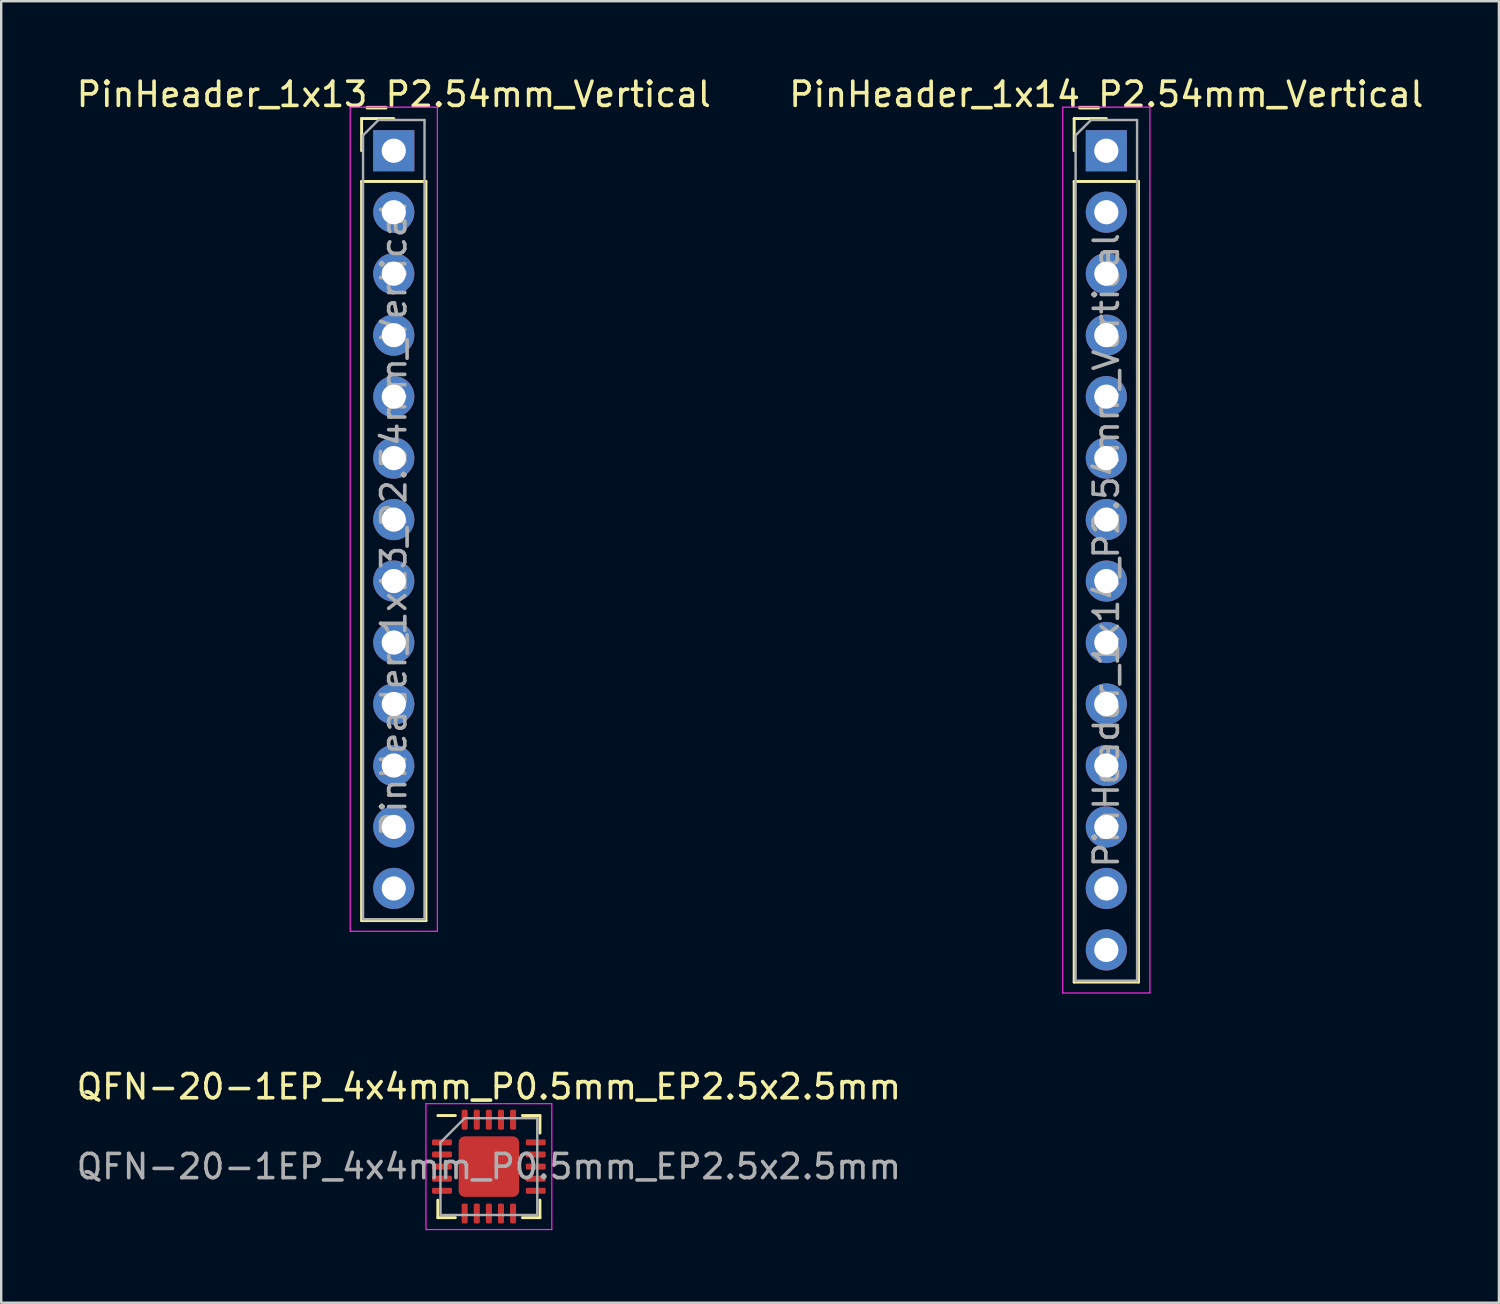
<source format=kicad_pcb>
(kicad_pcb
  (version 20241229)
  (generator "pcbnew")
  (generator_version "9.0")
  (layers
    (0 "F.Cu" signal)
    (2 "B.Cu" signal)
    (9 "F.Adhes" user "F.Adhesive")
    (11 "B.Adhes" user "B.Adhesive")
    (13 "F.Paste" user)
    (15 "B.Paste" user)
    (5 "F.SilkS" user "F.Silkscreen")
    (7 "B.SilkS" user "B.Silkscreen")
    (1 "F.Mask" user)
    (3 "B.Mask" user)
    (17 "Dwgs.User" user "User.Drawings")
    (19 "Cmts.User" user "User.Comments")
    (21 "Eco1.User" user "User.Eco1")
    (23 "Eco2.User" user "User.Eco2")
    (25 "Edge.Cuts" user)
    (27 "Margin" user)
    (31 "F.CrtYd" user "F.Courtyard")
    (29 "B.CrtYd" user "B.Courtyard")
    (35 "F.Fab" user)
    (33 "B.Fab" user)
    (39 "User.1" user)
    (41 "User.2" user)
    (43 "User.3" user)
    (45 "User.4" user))
  (footprint "QFN-20-1EP_4x4mm_P0.5mm_EP2.5x2.5mm"
    (layer "F.Cu")
    (at 17.149 45.151)
    (property "Reference" "QFN-20-1EP_4x4mm_P0.5mm_EP2.5x2.5mm" (at 0 -3.3 0) (layer "F.SilkS") (effects (font (size 1 1) (thickness 0.15))))
    (attr smd)
    (fp_line (start -2.11 2.11) (end -2.11 1.385) (stroke (width 0.12) (type solid)) (layer "F.SilkS"))
    (fp_line (start -1.385 -2.11) (end -2.11 -2.11) (stroke (width 0.12) (type solid)) (layer "F.SilkS"))
    (fp_line (start -1.385 2.11) (end -2.11 2.11) (stroke (width 0.12) (type solid)) (layer "F.SilkS"))
    (fp_line (start 1.385 -2.11) (end 2.11 -2.11) (stroke (width 0.12) (type solid)) (layer "F.SilkS"))
    (fp_line (start 1.385 2.11) (end 2.11 2.11) (stroke (width 0.12) (type solid)) (layer "F.SilkS"))
    (fp_line (start 2.11 -2.11) (end 2.11 -1.385) (stroke (width 0.12) (type solid)) (layer "F.SilkS"))
    (fp_line (start 2.11 2.11) (end 2.11 1.385) (stroke (width 0.12) (type solid)) (layer "F.SilkS"))
    (fp_line (start -2.6 -2.6) (end -2.6 2.6) (stroke (width 0.05) (type solid)) (layer "F.CrtYd"))
    (fp_line (start -2.6 2.6) (end 2.6 2.6) (stroke (width 0.05) (type solid)) (layer "F.CrtYd"))
    (fp_line (start 2.6 -2.6) (end -2.6 -2.6) (stroke (width 0.05) (type solid)) (layer "F.CrtYd"))
    (fp_line (start 2.6 2.6) (end 2.6 -2.6) (stroke (width 0.05) (type solid)) (layer "F.CrtYd"))
    (fp_line (start -2 -1) (end -1 -2) (stroke (width 0.1) (type solid)) (layer "F.Fab"))
    (fp_line (start -2 2) (end -2 -1) (stroke (width 0.1) (type solid)) (layer "F.Fab"))
    (fp_line (start -1 -2) (end 2 -2) (stroke (width 0.1) (type solid)) (layer "F.Fab"))
    (fp_line (start 2 -2) (end 2 2) (stroke (width 0.1) (type solid)) (layer "F.Fab"))
    (fp_line (start 2 2) (end -2 2) (stroke (width 0.1) (type solid)) (layer "F.Fab"))
    (fp_text user "${REFERENCE}" (at 0 0 0) (layer "F.Fab") (effects (font (size 1 1) (thickness 0.15))))
    (pad "" smd roundrect (at -0.625 -0.625) (size 1.01 1.01) (layers "F.Paste") (roundrect_rratio 0.248))
    (pad "" smd roundrect (at -0.625 0.625) (size 1.01 1.01) (layers "F.Paste") (roundrect_rratio 0.248))
    (pad "" smd roundrect (at 0.625 -0.625) (size 1.01 1.01) (layers "F.Paste") (roundrect_rratio 0.248))
    (pad "" smd roundrect (at 0.625 0.625) (size 1.01 1.01) (layers "F.Paste") (roundrect_rratio 0.248))
    (pad "1" smd roundrect (at -1.938 -1) (size 0.825 0.25) (layers "F.Cu" "F.Mask" "F.Paste") (roundrect_rratio 0.25))
    (pad "2" smd roundrect (at -1.938 -0.5) (size 0.825 0.25) (layers "F.Cu" "F.Mask" "F.Paste") (roundrect_rratio 0.25))
    (pad "3" smd roundrect (at -1.938 0) (size 0.825 0.25) (layers "F.Cu" "F.Mask" "F.Paste") (roundrect_rratio 0.25))
    (pad "4" smd roundrect (at -1.938 0.5) (size 0.825 0.25) (layers "F.Cu" "F.Mask" "F.Paste") (roundrect_rratio 0.25))
    (pad "5" smd roundrect (at -1.938 1) (size 0.825 0.25) (layers "F.Cu" "F.Mask" "F.Paste") (roundrect_rratio 0.25))
    (pad "6" smd roundrect (at -1 1.938) (size 0.25 0.825) (layers "F.Cu" "F.Mask" "F.Paste") (roundrect_rratio 0.25))
    (pad "7" smd roundrect (at -0.5 1.938) (size 0.25 0.825) (layers "F.Cu" "F.Mask" "F.Paste") (roundrect_rratio 0.25))
    (pad "8" smd roundrect (at 0 1.938) (size 0.25 0.825) (layers "F.Cu" "F.Mask" "F.Paste") (roundrect_rratio 0.25))
    (pad "9" smd roundrect (at 0.5 1.938) (size 0.25 0.825) (layers "F.Cu" "F.Mask" "F.Paste") (roundrect_rratio 0.25))
    (pad "10" smd roundrect (at 1 1.938) (size 0.25 0.825) (layers "F.Cu" "F.Mask" "F.Paste") (roundrect_rratio 0.25))
    (pad "11" smd roundrect (at 1.938 1) (size 0.825 0.25) (layers "F.Cu" "F.Mask" "F.Paste") (roundrect_rratio 0.25))
    (pad "12" smd roundrect (at 1.938 0.5) (size 0.825 0.25) (layers "F.Cu" "F.Mask" "F.Paste") (roundrect_rratio 0.25))
    (pad "13" smd roundrect (at 1.938 0) (size 0.825 0.25) (layers "F.Cu" "F.Mask" "F.Paste") (roundrect_rratio 0.25))
    (pad "14" smd roundrect (at 1.938 -0.5) (size 0.825 0.25) (layers "F.Cu" "F.Mask" "F.Paste") (roundrect_rratio 0.25))
    (pad "15" smd roundrect (at 1.938 -1) (size 0.825 0.25) (layers "F.Cu" "F.Mask" "F.Paste") (roundrect_rratio 0.25))
    (pad "16" smd roundrect (at 1 -1.938) (size 0.25 0.825) (layers "F.Cu" "F.Mask" "F.Paste") (roundrect_rratio 0.25))
    (pad "17" smd roundrect (at 0.5 -1.938) (size 0.25 0.825) (layers "F.Cu" "F.Mask" "F.Paste") (roundrect_rratio 0.25))
    (pad "18" smd roundrect (at 0 -1.938) (size 0.25 0.825) (layers "F.Cu" "F.Mask" "F.Paste") (roundrect_rratio 0.25))
    (pad "19" smd roundrect (at -0.5 -1.938) (size 0.25 0.825) (layers "F.Cu" "F.Mask" "F.Paste") (roundrect_rratio 0.25))
    (pad "20" smd roundrect (at -1 -1.938) (size 0.25 0.825) (layers "F.Cu" "F.Mask" "F.Paste") (roundrect_rratio 0.25))
    (pad "21" smd roundrect (at 0 0) (size 2.5 2.5) (layers "F.Cu" "F.Mask") (roundrect_rratio 0.1)))
  (footprint "PinHeader_1x14_P2.54mm_Vertical"
    (layer "F.Cu")
    (at 42.661 3.178)
    (property "Reference" "PinHeader_1x14_P2.54mm_Vertical" (at 0 -2.33 0) (layer "F.SilkS") (effects (font (size 1 1) (thickness 0.15))))
    (attr through_hole)
    (fp_line (start -1.33 -1.33) (end 0 -1.33) (stroke (width 0.12) (type solid)) (layer "F.SilkS"))
    (fp_line (start -1.33 0) (end -1.33 -1.33) (stroke (width 0.12) (type solid)) (layer "F.SilkS"))
    (fp_line (start -1.33 1.27) (end -1.33 34.35) (stroke (width 0.12) (type solid)) (layer "F.SilkS"))
    (fp_line (start -1.33 1.27) (end 1.33 1.27) (stroke (width 0.12) (type solid)) (layer "F.SilkS"))
    (fp_line (start -1.33 34.35) (end 1.33 34.35) (stroke (width 0.12) (type solid)) (layer "F.SilkS"))
    (fp_line (start 1.33 1.27) (end 1.33 34.35) (stroke (width 0.12) (type solid)) (layer "F.SilkS"))
    (fp_line (start -1.8 -1.8) (end -1.8 34.8) (stroke (width 0.05) (type solid)) (layer "F.CrtYd"))
    (fp_line (start -1.8 34.8) (end 1.8 34.8) (stroke (width 0.05) (type solid)) (layer "F.CrtYd"))
    (fp_line (start 1.8 -1.8) (end -1.8 -1.8) (stroke (width 0.05) (type solid)) (layer "F.CrtYd"))
    (fp_line (start 1.8 34.8) (end 1.8 -1.8) (stroke (width 0.05) (type solid)) (layer "F.CrtYd"))
    (fp_line (start -1.27 -0.635) (end -0.635 -1.27) (stroke (width 0.1) (type solid)) (layer "F.Fab"))
    (fp_line (start -1.27 34.29) (end -1.27 -0.635) (stroke (width 0.1) (type solid)) (layer "F.Fab"))
    (fp_line (start -0.635 -1.27) (end 1.27 -1.27) (stroke (width 0.1) (type solid)) (layer "F.Fab"))
    (fp_line (start 1.27 -1.27) (end 1.27 34.29) (stroke (width 0.1) (type solid)) (layer "F.Fab"))
    (fp_line (start 1.27 34.29) (end -1.27 34.29) (stroke (width 0.1) (type solid)) (layer "F.Fab"))
    (fp_text user "${REFERENCE}" (at 0 16.51 90) (layer "F.Fab") (effects (font (size 1 1) (thickness 0.15))))
    (pad "1" thru_hole rect (at 0 0) (size 1.7 1.7) (drill 1) (layers "*.Cu" "*.Mask"))
    (pad "2" thru_hole oval (at 0 2.54) (size 1.7 1.7) (drill 1) (layers "*.Cu" "*.Mask"))
    (pad "3" thru_hole oval (at 0 5.08) (size 1.7 1.7) (drill 1) (layers "*.Cu" "*.Mask"))
    (pad "4" thru_hole oval (at 0 7.62) (size 1.7 1.7) (drill 1) (layers "*.Cu" "*.Mask"))
    (pad "5" thru_hole oval (at 0 10.16) (size 1.7 1.7) (drill 1) (layers "*.Cu" "*.Mask"))
    (pad "6" thru_hole oval (at 0 12.7) (size 1.7 1.7) (drill 1) (layers "*.Cu" "*.Mask"))
    (pad "7" thru_hole oval (at 0 15.24) (size 1.7 1.7) (drill 1) (layers "*.Cu" "*.Mask"))
    (pad "8" thru_hole oval (at 0 17.78) (size 1.7 1.7) (drill 1) (layers "*.Cu" "*.Mask"))
    (pad "9" thru_hole oval (at 0 20.32) (size 1.7 1.7) (drill 1) (layers "*.Cu" "*.Mask"))
    (pad "10" thru_hole oval (at 0 22.86) (size 1.7 1.7) (drill 1) (layers "*.Cu" "*.Mask"))
    (pad "11" thru_hole oval (at 0 25.4) (size 1.7 1.7) (drill 1) (layers "*.Cu" "*.Mask"))
    (pad "12" thru_hole oval (at 0 27.94) (size 1.7 1.7) (drill 1) (layers "*.Cu" "*.Mask"))
    (pad "13" thru_hole oval (at 0 30.48) (size 1.7 1.7) (drill 1) (layers "*.Cu" "*.Mask"))
    (pad "14" thru_hole oval (at 0 33.02) (size 1.7 1.7) (drill 1) (layers "*.Cu" "*.Mask")))
  (footprint "PinHeader_1x13_P2.54mm_Vertical"
    (layer "F.Cu")
    (at 13.22 3.178)
    (property "Reference" "PinHeader_1x13_P2.54mm_Vertical" (at 0 -2.33 0) (layer "F.SilkS") (effects (font (size 1 1) (thickness 0.15))))
    (attr through_hole)
    (fp_line (start -1.33 -1.33) (end 0 -1.33) (stroke (width 0.12) (type solid)) (layer "F.SilkS"))
    (fp_line (start -1.33 0) (end -1.33 -1.33) (stroke (width 0.12) (type solid)) (layer "F.SilkS"))
    (fp_line (start -1.33 1.27) (end -1.33 31.81) (stroke (width 0.12) (type solid)) (layer "F.SilkS"))
    (fp_line (start -1.33 1.27) (end 1.33 1.27) (stroke (width 0.12) (type solid)) (layer "F.SilkS"))
    (fp_line (start -1.33 31.81) (end 1.33 31.81) (stroke (width 0.12) (type solid)) (layer "F.SilkS"))
    (fp_line (start 1.33 1.27) (end 1.33 31.81) (stroke (width 0.12) (type solid)) (layer "F.SilkS"))
    (fp_line (start -1.8 -1.8) (end -1.8 32.25) (stroke (width 0.05) (type solid)) (layer "F.CrtYd"))
    (fp_line (start -1.8 32.25) (end 1.8 32.25) (stroke (width 0.05) (type solid)) (layer "F.CrtYd"))
    (fp_line (start 1.8 -1.8) (end -1.8 -1.8) (stroke (width 0.05) (type solid)) (layer "F.CrtYd"))
    (fp_line (start 1.8 32.25) (end 1.8 -1.8) (stroke (width 0.05) (type solid)) (layer "F.CrtYd"))
    (fp_line (start -1.27 -0.635) (end -0.635 -1.27) (stroke (width 0.1) (type solid)) (layer "F.Fab"))
    (fp_line (start -1.27 31.75) (end -1.27 -0.635) (stroke (width 0.1) (type solid)) (layer "F.Fab"))
    (fp_line (start -0.635 -1.27) (end 1.27 -1.27) (stroke (width 0.1) (type solid)) (layer "F.Fab"))
    (fp_line (start 1.27 -1.27) (end 1.27 31.75) (stroke (width 0.1) (type solid)) (layer "F.Fab"))
    (fp_line (start 1.27 31.75) (end -1.27 31.75) (stroke (width 0.1) (type solid)) (layer "F.Fab"))
    (fp_text user "${REFERENCE}" (at 0 15.24 90) (layer "F.Fab") (effects (font (size 1 1) (thickness 0.15))))
    (pad "1" thru_hole rect (at 0 0) (size 1.7 1.7) (drill 1) (layers "*.Cu" "*.Mask"))
    (pad "2" thru_hole oval (at 0 2.54) (size 1.7 1.7) (drill 1) (layers "*.Cu" "*.Mask"))
    (pad "3" thru_hole oval (at 0 5.08) (size 1.7 1.7) (drill 1) (layers "*.Cu" "*.Mask"))
    (pad "4" thru_hole oval (at 0 7.62) (size 1.7 1.7) (drill 1) (layers "*.Cu" "*.Mask"))
    (pad "5" thru_hole oval (at 0 10.16) (size 1.7 1.7) (drill 1) (layers "*.Cu" "*.Mask"))
    (pad "6" thru_hole oval (at 0 12.7) (size 1.7 1.7) (drill 1) (layers "*.Cu" "*.Mask"))
    (pad "7" thru_hole oval (at 0 15.24) (size 1.7 1.7) (drill 1) (layers "*.Cu" "*.Mask"))
    (pad "8" thru_hole oval (at 0 17.78) (size 1.7 1.7) (drill 1) (layers "*.Cu" "*.Mask"))
    (pad "9" thru_hole oval (at 0 20.32) (size 1.7 1.7) (drill 1) (layers "*.Cu" "*.Mask"))
    (pad "10" thru_hole oval (at 0 22.86) (size 1.7 1.7) (drill 1) (layers "*.Cu" "*.Mask"))
    (pad "11" thru_hole oval (at 0 25.4) (size 1.7 1.7) (drill 1) (layers "*.Cu" "*.Mask"))
    (pad "12" thru_hole oval (at 0 27.94) (size 1.7 1.7) (drill 1) (layers "*.Cu" "*.Mask"))
    (pad "13" thru_hole oval (at 0 30.48) (size 1.7 1.7) (drill 1) (layers "*.Cu" "*.Mask")))
  (gr_rect
    (start -3 -3)
    (end 58.881 50.776)
    (stroke (width 0.1) (type default))
    (fill no)
    (layer "Edge.Cuts")))
</source>
